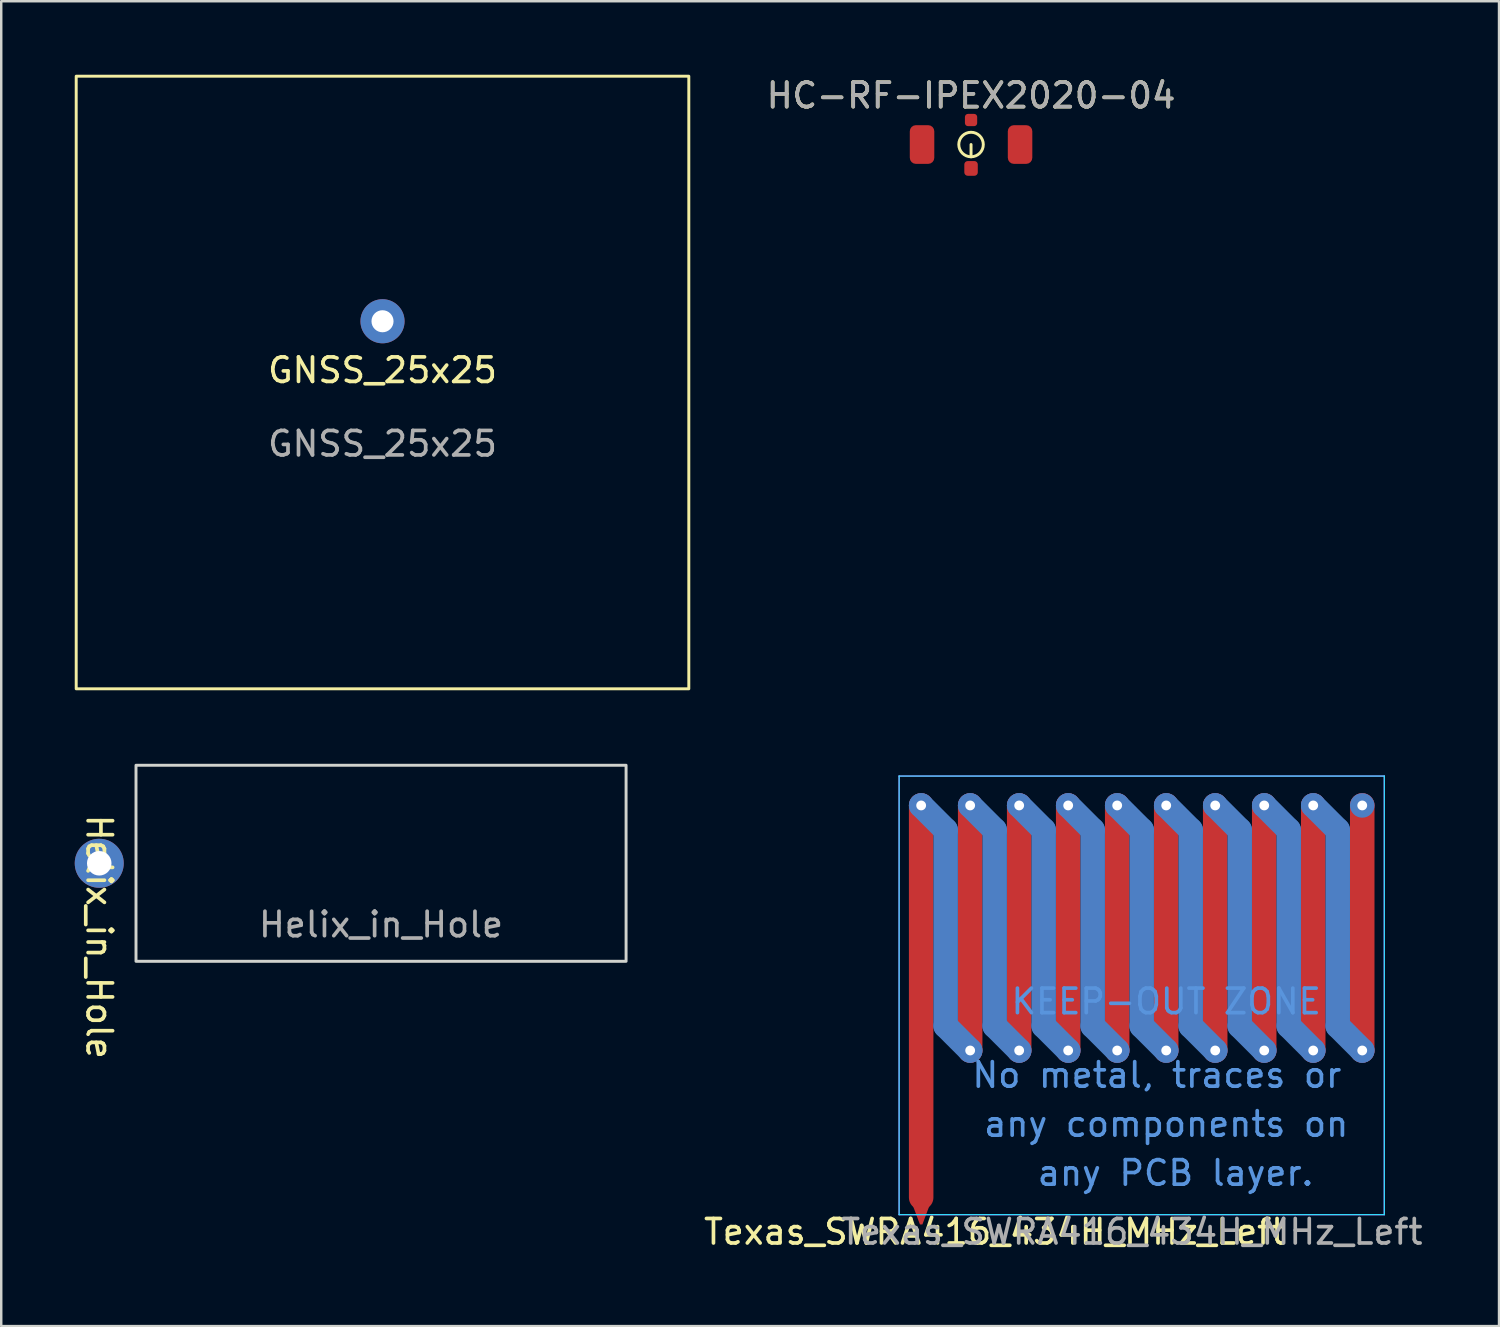
<source format=kicad_pcb>
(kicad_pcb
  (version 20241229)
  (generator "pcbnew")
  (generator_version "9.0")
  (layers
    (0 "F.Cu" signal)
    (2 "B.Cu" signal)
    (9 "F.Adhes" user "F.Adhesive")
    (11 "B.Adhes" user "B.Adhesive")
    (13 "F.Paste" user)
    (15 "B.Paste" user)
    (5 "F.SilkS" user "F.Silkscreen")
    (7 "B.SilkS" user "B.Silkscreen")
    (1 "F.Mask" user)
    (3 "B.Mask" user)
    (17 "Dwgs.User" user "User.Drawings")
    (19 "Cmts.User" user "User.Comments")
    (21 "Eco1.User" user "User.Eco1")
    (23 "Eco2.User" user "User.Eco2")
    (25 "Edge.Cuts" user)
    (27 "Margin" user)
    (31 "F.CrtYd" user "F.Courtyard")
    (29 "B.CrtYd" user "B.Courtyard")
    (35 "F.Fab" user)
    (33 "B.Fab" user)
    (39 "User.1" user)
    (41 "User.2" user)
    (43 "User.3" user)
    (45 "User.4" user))
  (footprint "Helix_in_Hole"
    (layer "F.Cu")
    (at 12.5 32.18)
    (property "Reference" "Helix_in_Hole" (at -11.5 3 270) (unlocked yes) (layer "F.SilkS") (effects (font (size 1 1) (thickness 0.15))))
    (attr through_hole)
    (fp_rect (start -10 -4) (end 10 4) (stroke (width 0.12) (type default)) (fill no) (layer "Edge.Cuts"))
    (fp_text user "${REFERENCE}" (at 0 2.5 0) (unlocked yes) (layer "F.Fab") (effects (font (size 1 1) (thickness 0.15))))
    (pad "1" thru_hole circle (at -11.5 0) (size 2 2) (drill 1) (layers "*.Cu" "*.Mask")))
  (footprint "HC-RF-IPEX2020-04"
    (layer "F.Cu")
    (at 36.578 2.848)
    (property "Reference" "HC-RF-IPEX2020-04" (at 0 -2 0) (unlocked yes) (layer "F.SilkS") (effects (font (size 1 1) (thickness 0.15))))
    (attr smd)
    (fp_line (start 0 0.5) (end 0 0) (stroke (width 0.12) (type solid)) (layer "F.SilkS"))
    (fp_circle (center 0 0) (end 0 -0.5) (stroke (width 0.12) (type solid)) (fill no) (layer "F.SilkS"))
    (fp_text user "${REFERENCE}" (at 0 -2 0) (unlocked yes) (layer "F.Fab") (effects (font (size 1 1) (thickness 0.15))))
    (pad "1" smd roundrect (at 0 0.975) (size 0.55 0.6) (layers "F.Cu" "F.Mask" "F.Paste") (roundrect_rratio 0.25))
    (pad "2" smd roundrect (at -2 0) (size 1 1.58) (layers "F.Cu" "F.Mask" "F.Paste") (roundrect_rratio 0.25))
    (pad "2" smd roundrect (at 0 -1) (size 0.5 0.5) (layers "F.Cu" "F.Mask" "F.Paste") (roundrect_rratio 0.25))
    (pad "2" smd roundrect (at 2 0) (size 1 1.58) (layers "F.Cu" "F.Mask" "F.Paste") (roundrect_rratio 0.25)))
  (footprint "Texas_SWRA416_434H_MHz_Left"
    (layer "F.Cu")
    (at 43.542 40.62)
    (property "Reference" "Texas_SWRA416_434H_MHz_Left" (at -6 6.6 0) (layer "F.SilkS") (effects (font (size 1 1) (thickness 0.15))))
    (attr smd)
    (fp_line (start -9 5.2) (end -9 -10.8) (stroke (width 1) (type solid)) (layer "F.Cu"))
    (fp_line (start -7 -10.8) (end -7 -0.8) (stroke (width 1) (type solid)) (layer "F.Cu"))
    (fp_line (start -5 -10.8) (end -5 -0.8) (stroke (width 1) (type solid)) (layer "F.Cu"))
    (fp_line (start -3 -10.8) (end -3 -0.8) (stroke (width 1) (type solid)) (layer "F.Cu"))
    (fp_line (start -1 -10.8) (end -1 -0.8) (stroke (width 1) (type solid)) (layer "F.Cu"))
    (fp_line (start 1 -10.8) (end 1 -0.8) (stroke (width 1) (type solid)) (layer "F.Cu"))
    (fp_line (start 3 -10.8) (end 3 -0.8) (stroke (width 1) (type solid)) (layer "F.Cu"))
    (fp_line (start 5 -10.8) (end 5 -0.8) (stroke (width 1) (type solid)) (layer "F.Cu"))
    (fp_line (start 7 -10.8) (end 7 -0.8) (stroke (width 1) (type solid)) (layer "F.Cu"))
    (fp_line (start 9 -10.8) (end 9 -0.8) (stroke (width 1) (type solid)) (layer "F.Cu"))
    (fp_line (start -9 -10.8) (end -8 -9.8) (stroke (width 1) (type solid)) (layer "B.Cu"))
    (fp_line (start -8 -9.8) (end -8 -1.8) (stroke (width 1) (type solid)) (layer "B.Cu"))
    (fp_line (start -8 -1.8) (end -7 -0.8) (stroke (width 1) (type solid)) (layer "B.Cu"))
    (fp_line (start -7 -10.8) (end -6 -9.8) (stroke (width 1) (type solid)) (layer "B.Cu"))
    (fp_line (start -6 -9.8) (end -6 -1.8) (stroke (width 1) (type solid)) (layer "B.Cu"))
    (fp_line (start -6 -1.8) (end -5 -0.8) (stroke (width 1) (type solid)) (layer "B.Cu"))
    (fp_line (start -5 -10.8) (end -4 -9.8) (stroke (width 1) (type solid)) (layer "B.Cu"))
    (fp_line (start -4 -9.8) (end -4 -1.8) (stroke (width 1) (type solid)) (layer "B.Cu"))
    (fp_line (start -4 -1.8) (end -3 -0.8) (stroke (width 1) (type solid)) (layer "B.Cu"))
    (fp_line (start -3 -10.8) (end -2 -9.8) (stroke (width 1) (type solid)) (layer "B.Cu"))
    (fp_line (start -2 -9.8) (end -2 -1.8) (stroke (width 1) (type solid)) (layer "B.Cu"))
    (fp_line (start -2 -1.8) (end -1 -0.8) (stroke (width 1) (type solid)) (layer "B.Cu"))
    (fp_line (start -1 -10.8) (end 0 -9.8) (stroke (width 1) (type solid)) (layer "B.Cu"))
    (fp_line (start 0 -9.8) (end 0 -1.8) (stroke (width 1) (type solid)) (layer "B.Cu"))
    (fp_line (start 0 -1.8) (end 1 -0.8) (stroke (width 1) (type solid)) (layer "B.Cu"))
    (fp_line (start 1 -10.8) (end 2 -9.8) (stroke (width 1) (type solid)) (layer "B.Cu"))
    (fp_line (start 2 -9.8) (end 2 -1.8) (stroke (width 1) (type solid)) (layer "B.Cu"))
    (fp_line (start 2 -1.8) (end 3 -0.8) (stroke (width 1) (type solid)) (layer "B.Cu"))
    (fp_line (start 3 -10.8) (end 4 -9.8) (stroke (width 1) (type solid)) (layer "B.Cu"))
    (fp_line (start 4 -9.8) (end 4 -1.8) (stroke (width 1) (type solid)) (layer "B.Cu"))
    (fp_line (start 4 -1.8) (end 5 -0.8) (stroke (width 1) (type solid)) (layer "B.Cu"))
    (fp_line (start 5 -10.8) (end 6 -9.8) (stroke (width 1) (type solid)) (layer "B.Cu"))
    (fp_line (start 6 -9.8) (end 6 -1.8) (stroke (width 1) (type solid)) (layer "B.Cu"))
    (fp_line (start 6 -1.8) (end 7 -0.8) (stroke (width 1) (type solid)) (layer "B.Cu"))
    (fp_line (start 7 -10.8) (end 8 -9.8) (stroke (width 1) (type solid)) (layer "B.Cu"))
    (fp_line (start 8 -9.8) (end 8 -1.8) (stroke (width 1) (type solid)) (layer "B.Cu"))
    (fp_line (start 8 -1.8) (end 9 -0.8) (stroke (width 1) (type solid)) (layer "B.Cu"))
    (fp_line (start -9.9 -12) (end -9.9 5.9) (stroke (width 0.05) (type solid)) (layer "B.CrtYd"))
    (fp_line (start -9.9 5.9) (end 9.9 5.9) (stroke (width 0.05) (type solid)) (layer "B.CrtYd"))
    (fp_line (start 9.9 -12) (end -9.9 -12) (stroke (width 0.05) (type solid)) (layer "B.CrtYd"))
    (fp_line (start 9.9 5.9) (end 9.9 -12) (stroke (width 0.05) (type solid)) (layer "B.CrtYd"))
    (fp_line (start -9.9 -12) (end -9.9 5.9) (stroke (width 0.05) (type solid)) (layer "F.CrtYd"))
    (fp_line (start -9.9 5.9) (end 9.9 5.9) (stroke (width 0.05) (type solid)) (layer "F.CrtYd"))
    (fp_line (start 9.9 -12) (end -9.9 -12) (stroke (width 0.05) (type solid)) (layer "F.CrtYd"))
    (fp_line (start 9.9 5.9) (end 9.9 -12) (stroke (width 0.05) (type solid)) (layer "F.CrtYd"))
    (fp_text user "No metal, traces or " (at 1 0.2 0) (layer "Cmts.User") (effects (font (size 1 1) (thickness 0.15))))
    (fp_text user " any PCB layer." (at 1 4.2 0) (layer "Cmts.User") (effects (font (size 1 1) (thickness 0.15))))
    (fp_text user "KEEP-OUT ZONE" (at 1 -2.8 0) (layer "Cmts.User") (effects (font (size 1 1) (thickness 0.15))))
    (fp_text user "any components on" (at 1 2.2 0) (layer "Cmts.User") (effects (font (size 1 1) (thickness 0.15))))
    (fp_text user "${REFERENCE}" (at -0.4 6.6 0) (layer "F.Fab") (effects (font (size 1 1) (thickness 0.15))))
    (pad "" thru_hole circle (at -9 -10.8 180) (size 1 1) (drill 0.4) (layers "*.Cu"))
    (pad "" thru_hole circle (at -7 -10.8 180) (size 1 1) (drill 0.4) (layers "*.Cu"))
    (pad "" thru_hole circle (at -7 -0.8 180) (size 1 1) (drill 0.4) (layers "*.Cu"))
    (pad "" thru_hole circle (at -5 -10.8 180) (size 1 1) (drill 0.4) (layers "*.Cu"))
    (pad "" thru_hole circle (at -5 -0.8 180) (size 1 1) (drill 0.4) (layers "*.Cu"))
    (pad "" thru_hole circle (at -3 -10.8 180) (size 1 1) (drill 0.4) (layers "*.Cu"))
    (pad "" thru_hole circle (at -3 -0.8 180) (size 1 1) (drill 0.4) (layers "*.Cu"))
    (pad "" thru_hole circle (at -1 -10.8 180) (size 1 1) (drill 0.4) (layers "*.Cu"))
    (pad "" thru_hole circle (at -1 -0.8 180) (size 1 1) (drill 0.4) (layers "*.Cu"))
    (pad "" thru_hole circle (at 1 -10.8 180) (size 1 1) (drill 0.4) (layers "*.Cu"))
    (pad "" thru_hole circle (at 1 -0.8 180) (size 1 1) (drill 0.4) (layers "*.Cu"))
    (pad "" thru_hole circle (at 3 -10.8 180) (size 1 1) (drill 0.4) (layers "*.Cu"))
    (pad "" thru_hole circle (at 3 -0.8 180) (size 1 1) (drill 0.4) (layers "*.Cu"))
    (pad "" thru_hole circle (at 5 -10.8 180) (size 1 1) (drill 0.4) (layers "*.Cu"))
    (pad "" thru_hole circle (at 5 -0.8 180) (size 1 1) (drill 0.4) (layers "*.Cu"))
    (pad "" thru_hole circle (at 7 -10.8 180) (size 1 1) (drill 0.4) (layers "*.Cu"))
    (pad "" thru_hole circle (at 7 -0.8 180) (size 1 1) (drill 0.4) (layers "*.Cu"))
    (pad "" thru_hole circle (at 9 -10.8 180) (size 1 1) (drill 0.4) (layers "*.Cu"))
    (pad "" thru_hole circle (at 9 -0.8 180) (size 1 1) (drill 0.4) (layers "*.Cu"))
    (pad "1" smd trapezoid (at -9 5.9 180) (size 0.4 0.8) (rect_delta 0 0.3) (layers "F.Cu"))
    (zone (net_name "") (layer "F.Cu") (hatch full 0.508) (connect_pads) (min_thickness 0.254) (filled_areas_thickness no) (keepout (tracks allowed) (vias allowed) (pads allowed) (copperpour not_allowed) (footprints not_allowed)) (placement (enabled no)) (fill) (polygon (pts (xy 34.042 46.62) (xy 53.042 46.62) (xy 53.242 28.12) (xy 33.842 28.12)))))
  (footprint "GNSS_25x25"
    (layer "F.Cu")
    (at 12.56 12.56)
    (property "Reference" "GNSS_25x25" (at 0 -0.5 0) (unlocked yes) (layer "F.SilkS") (effects (font (size 1 1) (thickness 0.15))))
    (attr through_hole)
    (fp_rect (start -12.5 -12.5) (end 12.5 12.5) (stroke (width 0.12) (type solid)) (fill no) (layer "F.SilkS"))
    (fp_text user "${REFERENCE}" (at 0 2.5 0) (unlocked yes) (layer "F.Fab") (effects (font (size 1 1) (thickness 0.15))))
    (pad "1" thru_hole circle (at 0 -2.5) (size 1.8 1.8) (drill 0.9) (layers "*.Cu" "*.Mask")))
  (gr_rect
    (start -3 -3)
    (end 58.124 51.068)
    (stroke (width 0.1) (type default))
    (fill no)
    (layer "Edge.Cuts")))
</source>
